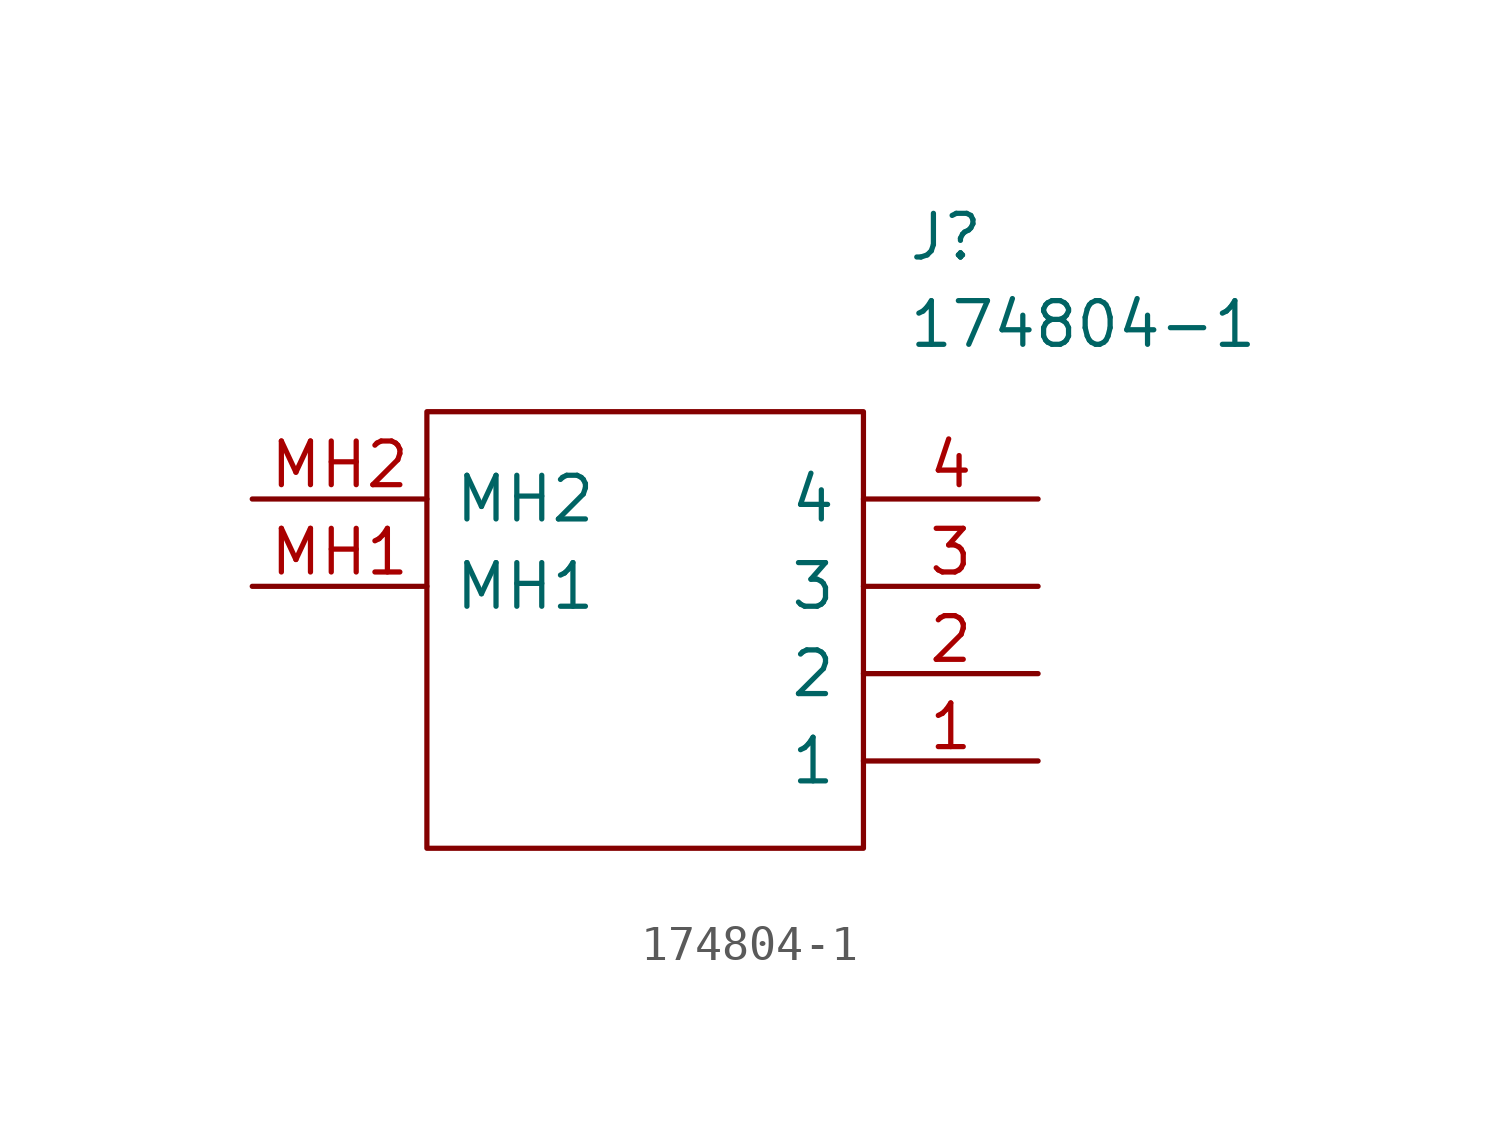
<source format=kicad_sym>
(kicad_symbol_lib
  (version 20211014)
  (generator kicad_symbol_editor)
  (symbol "174804-1"
    (pin_names
      (offset 0.762))
    (property "Reference" "J"
      (at 19.05 7.62 0)
      (effects (font (size 1.27 1.27)) (justify left)))
    (property "Value" "174804-1"
      (at 19.05 5.08 0)
      (effects (font (size 1.27 1.27)) (justify left)))
    (symbol "174804-1_0_0"
      (pin passive line (at 22.86 -7.62 180) (length 5.08) (name "1" (effects (font (size 1.27 1.27)))) (number "1" (effects (font (size 1.27 1.27)))))
      (pin passive line (at 22.86 -5.08 180) (length 5.08) (name "2" (effects (font (size 1.27 1.27)))) (number "2" (effects (font (size 1.27 1.27)))))
      (pin passive line (at 22.86 -2.54 180) (length 5.08) (name "3" (effects (font (size 1.27 1.27)))) (number "3" (effects (font (size 1.27 1.27)))))
      (pin passive line (at 22.86 0 180) (length 5.08) (name "4" (effects (font (size 1.27 1.27)))) (number "4" (effects (font (size 1.27 1.27)))))
      (pin passive line (at 0 -2.54 0) (length 5.08) (name "MH1" (effects (font (size 1.27 1.27)))) (number "MH1" (effects (font (size 1.27 1.27)))))
      (pin passive line (at 0 0 0) (length 5.08) (name "MH2" (effects (font (size 1.27 1.27)))) (number "MH2" (effects (font (size 1.27 1.27))))))
    (symbol "174804-1_0_1"
      (polyline (pts (xy 5.08 2.54) (xy 17.78 2.54) (xy 17.78 -10.16) (xy 5.08 -10.16) (xy 5.08 2.54)) (stroke (width 0.152) (type default) (color 0 0 0 0)) (fill (type none))))))
</source>
